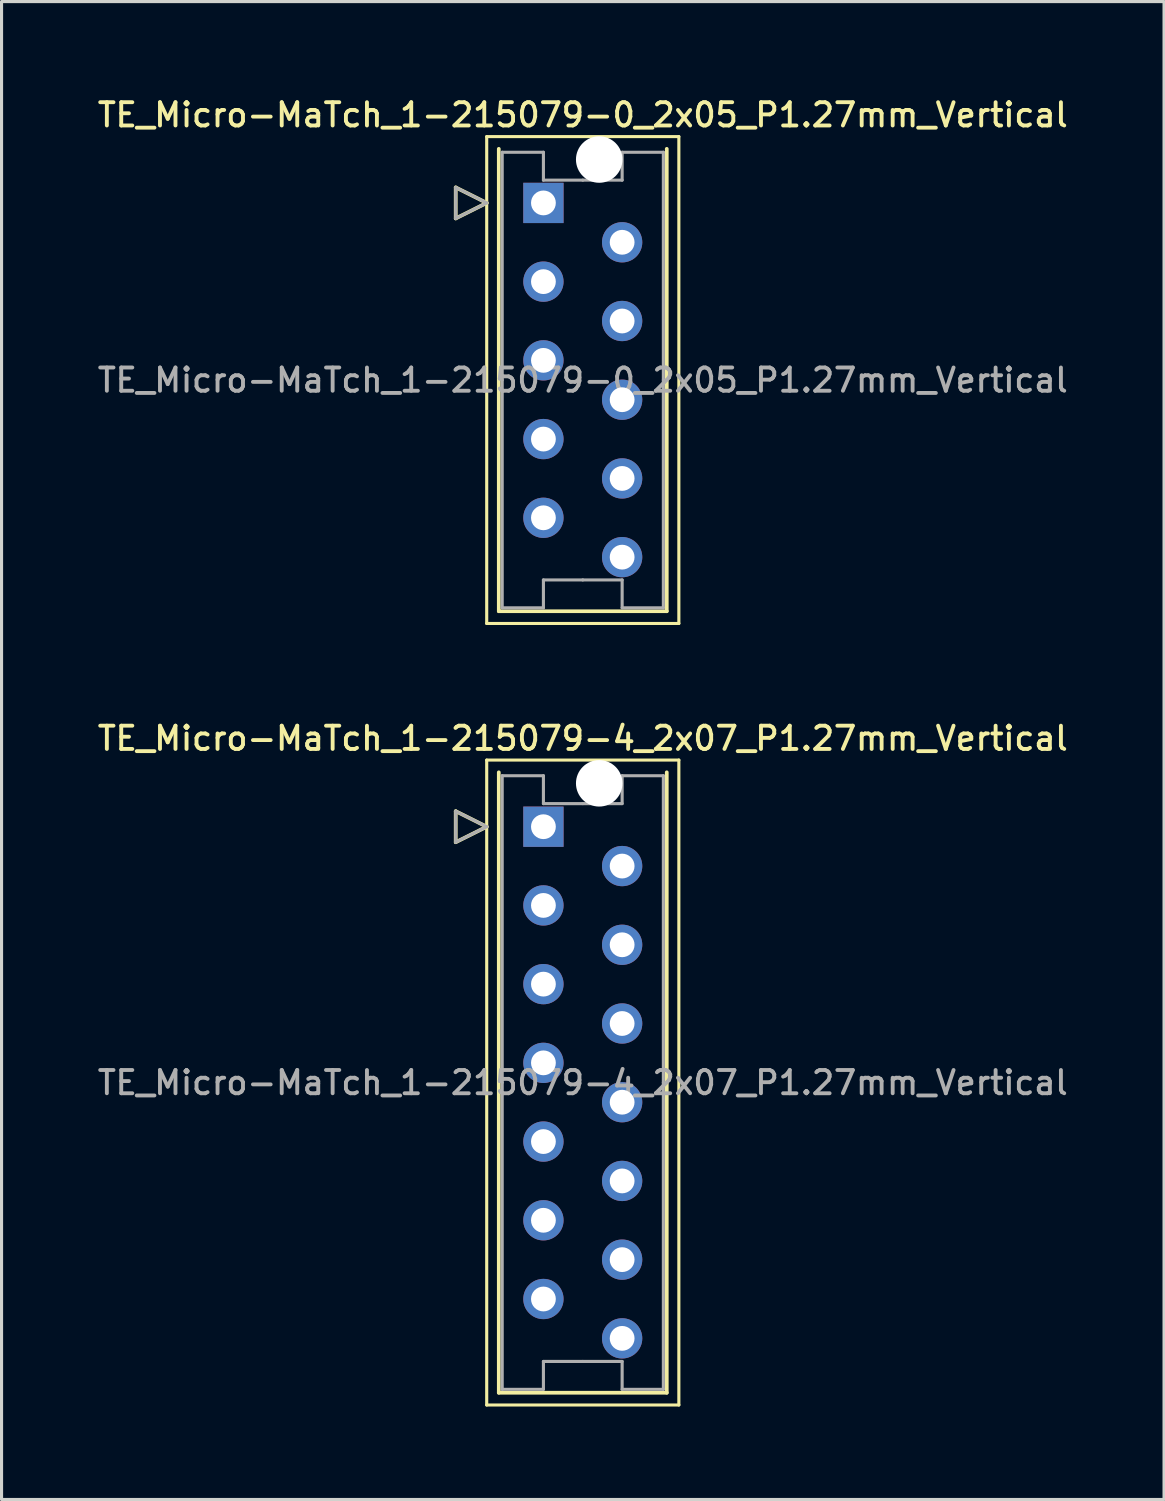
<source format=kicad_pcb>
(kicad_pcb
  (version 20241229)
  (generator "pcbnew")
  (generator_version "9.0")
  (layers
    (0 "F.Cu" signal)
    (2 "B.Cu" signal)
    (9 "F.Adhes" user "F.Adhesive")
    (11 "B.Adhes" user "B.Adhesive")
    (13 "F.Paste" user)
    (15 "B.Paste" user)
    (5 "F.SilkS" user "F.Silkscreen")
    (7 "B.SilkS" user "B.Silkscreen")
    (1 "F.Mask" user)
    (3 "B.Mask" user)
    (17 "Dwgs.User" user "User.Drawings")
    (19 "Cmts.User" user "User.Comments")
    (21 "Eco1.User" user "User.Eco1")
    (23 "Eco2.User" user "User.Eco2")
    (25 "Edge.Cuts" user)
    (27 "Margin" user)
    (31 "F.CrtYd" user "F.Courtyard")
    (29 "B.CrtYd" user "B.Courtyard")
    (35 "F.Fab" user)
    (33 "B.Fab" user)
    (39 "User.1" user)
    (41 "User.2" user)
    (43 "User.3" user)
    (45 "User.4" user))
  (footprint "TE_Micro-MaTch_1-215079-4_2x07_P1.27mm_Vertical"
    (layer "F.Cu")
    (at 14.485 23.626)
    (property "Reference" "TE_Micro-MaTch_1-215079-4_2x07_P1.27mm_Vertical" (at 1.27 -2.85 0) (layer "F.SilkS") (effects (font (size 0.75 0.75) (thickness 0.125))))
    (attr through_hole)
    (fp_line (start -2.83 -0.5) (end -1.83 0) (stroke (width 0.12) (type solid)) (layer "F.SilkS"))
    (fp_line (start -2.83 0.5) (end -2.83 -0.5) (stroke (width 0.12) (type solid)) (layer "F.SilkS"))
    (fp_line (start -1.83 -2.15) (end -1.83 18.66) (stroke (width 0.1) (type solid)) (layer "F.SilkS"))
    (fp_line (start -1.83 0) (end -2.83 0.5) (stroke (width 0.12) (type solid)) (layer "F.SilkS"))
    (fp_line (start -1.83 18.66) (end 4.37 18.66) (stroke (width 0.1) (type solid)) (layer "F.SilkS"))
    (fp_line (start -1.44 -1.755) (end -1.44 18.265) (stroke (width 0.12) (type solid)) (layer "F.SilkS"))
    (fp_line (start -1.44 18.265) (end 3.98 18.265) (stroke (width 0.12) (type solid)) (layer "F.SilkS"))
    (fp_line (start 3.98 18.265) (end 3.98 -1.755) (stroke (width 0.12) (type solid)) (layer "F.SilkS"))
    (fp_line (start 4.37 -2.15) (end -1.83 -2.15) (stroke (width 0.1) (type solid)) (layer "F.SilkS"))
    (fp_line (start 4.37 18.66) (end 4.37 -2.15) (stroke (width 0.1) (type solid)) (layer "F.SilkS"))
    (fp_line (start -2.83 -0.5) (end -1.83 0) (stroke (width 0.1) (type solid)) (layer "F.Fab"))
    (fp_line (start -2.83 0.5) (end -2.83 -0.5) (stroke (width 0.1) (type solid)) (layer "F.Fab"))
    (fp_line (start -1.83 0) (end -2.83 0.5) (stroke (width 0.1) (type solid)) (layer "F.Fab"))
    (fp_line (start -1.33 -1.645) (end -1.33 8.255) (stroke (width 0.1) (type solid)) (layer "F.Fab"))
    (fp_line (start -1.33 18.155) (end -1.33 8.255) (stroke (width 0.1) (type solid)) (layer "F.Fab"))
    (fp_line (start 0 -1.645) (end -1.33 -1.645) (stroke (width 0.1) (type solid)) (layer "F.Fab"))
    (fp_line (start 0 -0.745) (end 0 -1.645) (stroke (width 0.1) (type solid)) (layer "F.Fab"))
    (fp_line (start 0 17.255) (end 0 18.155) (stroke (width 0.1) (type solid)) (layer "F.Fab"))
    (fp_line (start 0 18.155) (end -1.33 18.155) (stroke (width 0.1) (type solid)) (layer "F.Fab"))
    (fp_line (start 1.27 -0.745) (end 0 -0.745) (stroke (width 0.1) (type solid)) (layer "F.Fab"))
    (fp_line (start 1.27 -0.745) (end 2.54 -0.745) (stroke (width 0.1) (type solid)) (layer "F.Fab"))
    (fp_line (start 1.27 17.255) (end 0 17.255) (stroke (width 0.1) (type solid)) (layer "F.Fab"))
    (fp_line (start 1.27 17.255) (end 2.54 17.255) (stroke (width 0.1) (type solid)) (layer "F.Fab"))
    (fp_line (start 2.54 -1.645) (end 3.87 -1.645) (stroke (width 0.1) (type solid)) (layer "F.Fab"))
    (fp_line (start 2.54 -0.745) (end 2.54 -1.645) (stroke (width 0.1) (type solid)) (layer "F.Fab"))
    (fp_line (start 2.54 17.255) (end 2.54 18.155) (stroke (width 0.1) (type solid)) (layer "F.Fab"))
    (fp_line (start 2.54 18.155) (end 3.87 18.155) (stroke (width 0.1) (type solid)) (layer "F.Fab"))
    (fp_line (start 3.87 -1.645) (end 3.87 8.255) (stroke (width 0.1) (type solid)) (layer "F.Fab"))
    (fp_line (start 3.87 18.155) (end 3.87 8.255) (stroke (width 0.1) (type solid)) (layer "F.Fab"))
    (fp_text user "${REFERENCE}" (at 1.27 8.26 0) (layer "F.Fab") (effects (font (size 0.75 0.75) (thickness 0.125))))
    (pad "" np_thru_hole circle (at 1.8 -1.4) (size 1.5 1.5) (drill 1.5) (layers "*.Cu" "*.Mask"))
    (pad "1" thru_hole rect (at 0 0) (size 1.3 1.3) (drill 0.8) (layers "*.Cu" "*.Mask"))
    (pad "2" thru_hole circle (at 2.54 1.27) (size 1.3 1.3) (drill 0.8) (layers "*.Cu" "*.Mask"))
    (pad "3" thru_hole circle (at 0 2.54) (size 1.3 1.3) (drill 0.8) (layers "*.Cu" "*.Mask"))
    (pad "4" thru_hole circle (at 2.54 3.81) (size 1.3 1.3) (drill 0.8) (layers "*.Cu" "*.Mask"))
    (pad "5" thru_hole circle (at 0 5.08) (size 1.3 1.3) (drill 0.8) (layers "*.Cu" "*.Mask"))
    (pad "6" thru_hole circle (at 2.54 6.35) (size 1.3 1.3) (drill 0.8) (layers "*.Cu" "*.Mask"))
    (pad "7" thru_hole circle (at 0 7.62) (size 1.3 1.3) (drill 0.8) (layers "*.Cu" "*.Mask"))
    (pad "8" thru_hole circle (at 2.54 8.89) (size 1.3 1.3) (drill 0.8) (layers "*.Cu" "*.Mask"))
    (pad "9" thru_hole circle (at 0 10.16) (size 1.3 1.3) (drill 0.8) (layers "*.Cu" "*.Mask"))
    (pad "10" thru_hole circle (at 2.54 11.43) (size 1.3 1.3) (drill 0.8) (layers "*.Cu" "*.Mask"))
    (pad "11" thru_hole circle (at 0 12.7) (size 1.3 1.3) (drill 0.8) (layers "*.Cu" "*.Mask"))
    (pad "12" thru_hole circle (at 2.54 13.97) (size 1.3 1.3) (drill 0.8) (layers "*.Cu" "*.Mask"))
    (pad "13" thru_hole circle (at 0 15.24) (size 1.3 1.3) (drill 0.8) (layers "*.Cu" "*.Mask"))
    (pad "14" thru_hole circle (at 2.54 16.51) (size 1.3 1.3) (drill 0.8) (layers "*.Cu" "*.Mask")))
  (footprint "TE_Micro-MaTch_1-215079-0_2x05_P1.27mm_Vertical"
    (layer "F.Cu")
    (at 14.485 3.498)
    (property "Reference" "TE_Micro-MaTch_1-215079-0_2x05_P1.27mm_Vertical" (at 1.27 -2.84 0) (layer "F.SilkS") (effects (font (size 0.75 0.75) (thickness 0.125))))
    (attr through_hole)
    (fp_line (start -2.83 -0.5) (end -1.83 0) (stroke (width 0.12) (type solid)) (layer "F.SilkS"))
    (fp_line (start -2.83 0.5) (end -2.83 -0.5) (stroke (width 0.12) (type solid)) (layer "F.SilkS"))
    (fp_line (start -1.83 -2.14) (end -1.83 13.57) (stroke (width 0.1) (type solid)) (layer "F.SilkS"))
    (fp_line (start -1.83 0) (end -2.83 0.5) (stroke (width 0.12) (type solid)) (layer "F.SilkS"))
    (fp_line (start -1.83 13.57) (end 4.37 13.57) (stroke (width 0.1) (type solid)) (layer "F.SilkS"))
    (fp_line (start -1.44 -1.745) (end -1.44 13.175) (stroke (width 0.12) (type solid)) (layer "F.SilkS"))
    (fp_line (start -1.44 13.175) (end 3.98 13.175) (stroke (width 0.12) (type solid)) (layer "F.SilkS"))
    (fp_line (start 3.98 13.175) (end 3.98 -1.745) (stroke (width 0.12) (type solid)) (layer "F.SilkS"))
    (fp_line (start 4.37 -2.14) (end -1.83 -2.14) (stroke (width 0.1) (type solid)) (layer "F.SilkS"))
    (fp_line (start 4.37 13.57) (end 4.37 -2.14) (stroke (width 0.1) (type solid)) (layer "F.SilkS"))
    (fp_line (start -2.83 -0.5) (end -1.83 0) (stroke (width 0.1) (type solid)) (layer "F.Fab"))
    (fp_line (start -2.83 0.5) (end -2.83 -0.5) (stroke (width 0.1) (type solid)) (layer "F.Fab"))
    (fp_line (start -1.83 0) (end -2.83 0.5) (stroke (width 0.1) (type solid)) (layer "F.Fab"))
    (fp_line (start -1.33 -1.635) (end -1.33 5.715) (stroke (width 0.1) (type solid)) (layer "F.Fab"))
    (fp_line (start -1.33 13.065) (end -1.33 5.715) (stroke (width 0.1) (type solid)) (layer "F.Fab"))
    (fp_line (start 0 -1.635) (end -1.33 -1.635) (stroke (width 0.1) (type solid)) (layer "F.Fab"))
    (fp_line (start 0 -0.735) (end 0 -1.635) (stroke (width 0.1) (type solid)) (layer "F.Fab"))
    (fp_line (start 0 12.165) (end 0 13.065) (stroke (width 0.1) (type solid)) (layer "F.Fab"))
    (fp_line (start 0 13.065) (end -1.33 13.065) (stroke (width 0.1) (type solid)) (layer "F.Fab"))
    (fp_line (start 1.27 -0.735) (end 0 -0.735) (stroke (width 0.1) (type solid)) (layer "F.Fab"))
    (fp_line (start 1.27 -0.735) (end 2.54 -0.735) (stroke (width 0.1) (type solid)) (layer "F.Fab"))
    (fp_line (start 1.27 12.165) (end 0 12.165) (stroke (width 0.1) (type solid)) (layer "F.Fab"))
    (fp_line (start 1.27 12.165) (end 2.54 12.165) (stroke (width 0.1) (type solid)) (layer "F.Fab"))
    (fp_line (start 2.54 -1.635) (end 3.87 -1.635) (stroke (width 0.1) (type solid)) (layer "F.Fab"))
    (fp_line (start 2.54 -0.735) (end 2.54 -1.635) (stroke (width 0.1) (type solid)) (layer "F.Fab"))
    (fp_line (start 2.54 12.165) (end 2.54 13.065) (stroke (width 0.1) (type solid)) (layer "F.Fab"))
    (fp_line (start 2.54 13.065) (end 3.87 13.065) (stroke (width 0.1) (type solid)) (layer "F.Fab"))
    (fp_line (start 3.87 -1.635) (end 3.87 5.715) (stroke (width 0.1) (type solid)) (layer "F.Fab"))
    (fp_line (start 3.87 13.065) (end 3.87 5.715) (stroke (width 0.1) (type solid)) (layer "F.Fab"))
    (fp_text user "${REFERENCE}" (at 1.27 5.72 0) (layer "F.Fab") (effects (font (size 0.75 0.75) (thickness 0.125))))
    (pad "" np_thru_hole circle (at 1.8 -1.4) (size 1.5 1.5) (drill 1.5) (layers "*.Cu" "*.Mask"))
    (pad "1" thru_hole rect (at 0 0) (size 1.3 1.3) (drill 0.8) (layers "*.Cu" "*.Mask"))
    (pad "2" thru_hole circle (at 2.54 1.27) (size 1.3 1.3) (drill 0.8) (layers "*.Cu" "*.Mask"))
    (pad "3" thru_hole circle (at 0 2.54) (size 1.3 1.3) (drill 0.8) (layers "*.Cu" "*.Mask"))
    (pad "4" thru_hole circle (at 2.54 3.81) (size 1.3 1.3) (drill 0.8) (layers "*.Cu" "*.Mask"))
    (pad "5" thru_hole circle (at 0 5.08) (size 1.3 1.3) (drill 0.8) (layers "*.Cu" "*.Mask"))
    (pad "6" thru_hole circle (at 2.54 6.35) (size 1.3 1.3) (drill 0.8) (layers "*.Cu" "*.Mask"))
    (pad "7" thru_hole circle (at 0 7.62) (size 1.3 1.3) (drill 0.8) (layers "*.Cu" "*.Mask"))
    (pad "8" thru_hole circle (at 2.54 8.89) (size 1.3 1.3) (drill 0.8) (layers "*.Cu" "*.Mask"))
    (pad "9" thru_hole circle (at 0 10.16) (size 1.3 1.3) (drill 0.8) (layers "*.Cu" "*.Mask"))
    (pad "10" thru_hole circle (at 2.54 11.43) (size 1.3 1.3) (drill 0.8) (layers "*.Cu" "*.Mask")))
  (gr_rect
    (start -3 -3)
    (end 34.511 45.336)
    (stroke (width 0.1) (type default))
    (fill no)
    (layer "Edge.Cuts")))
</source>
